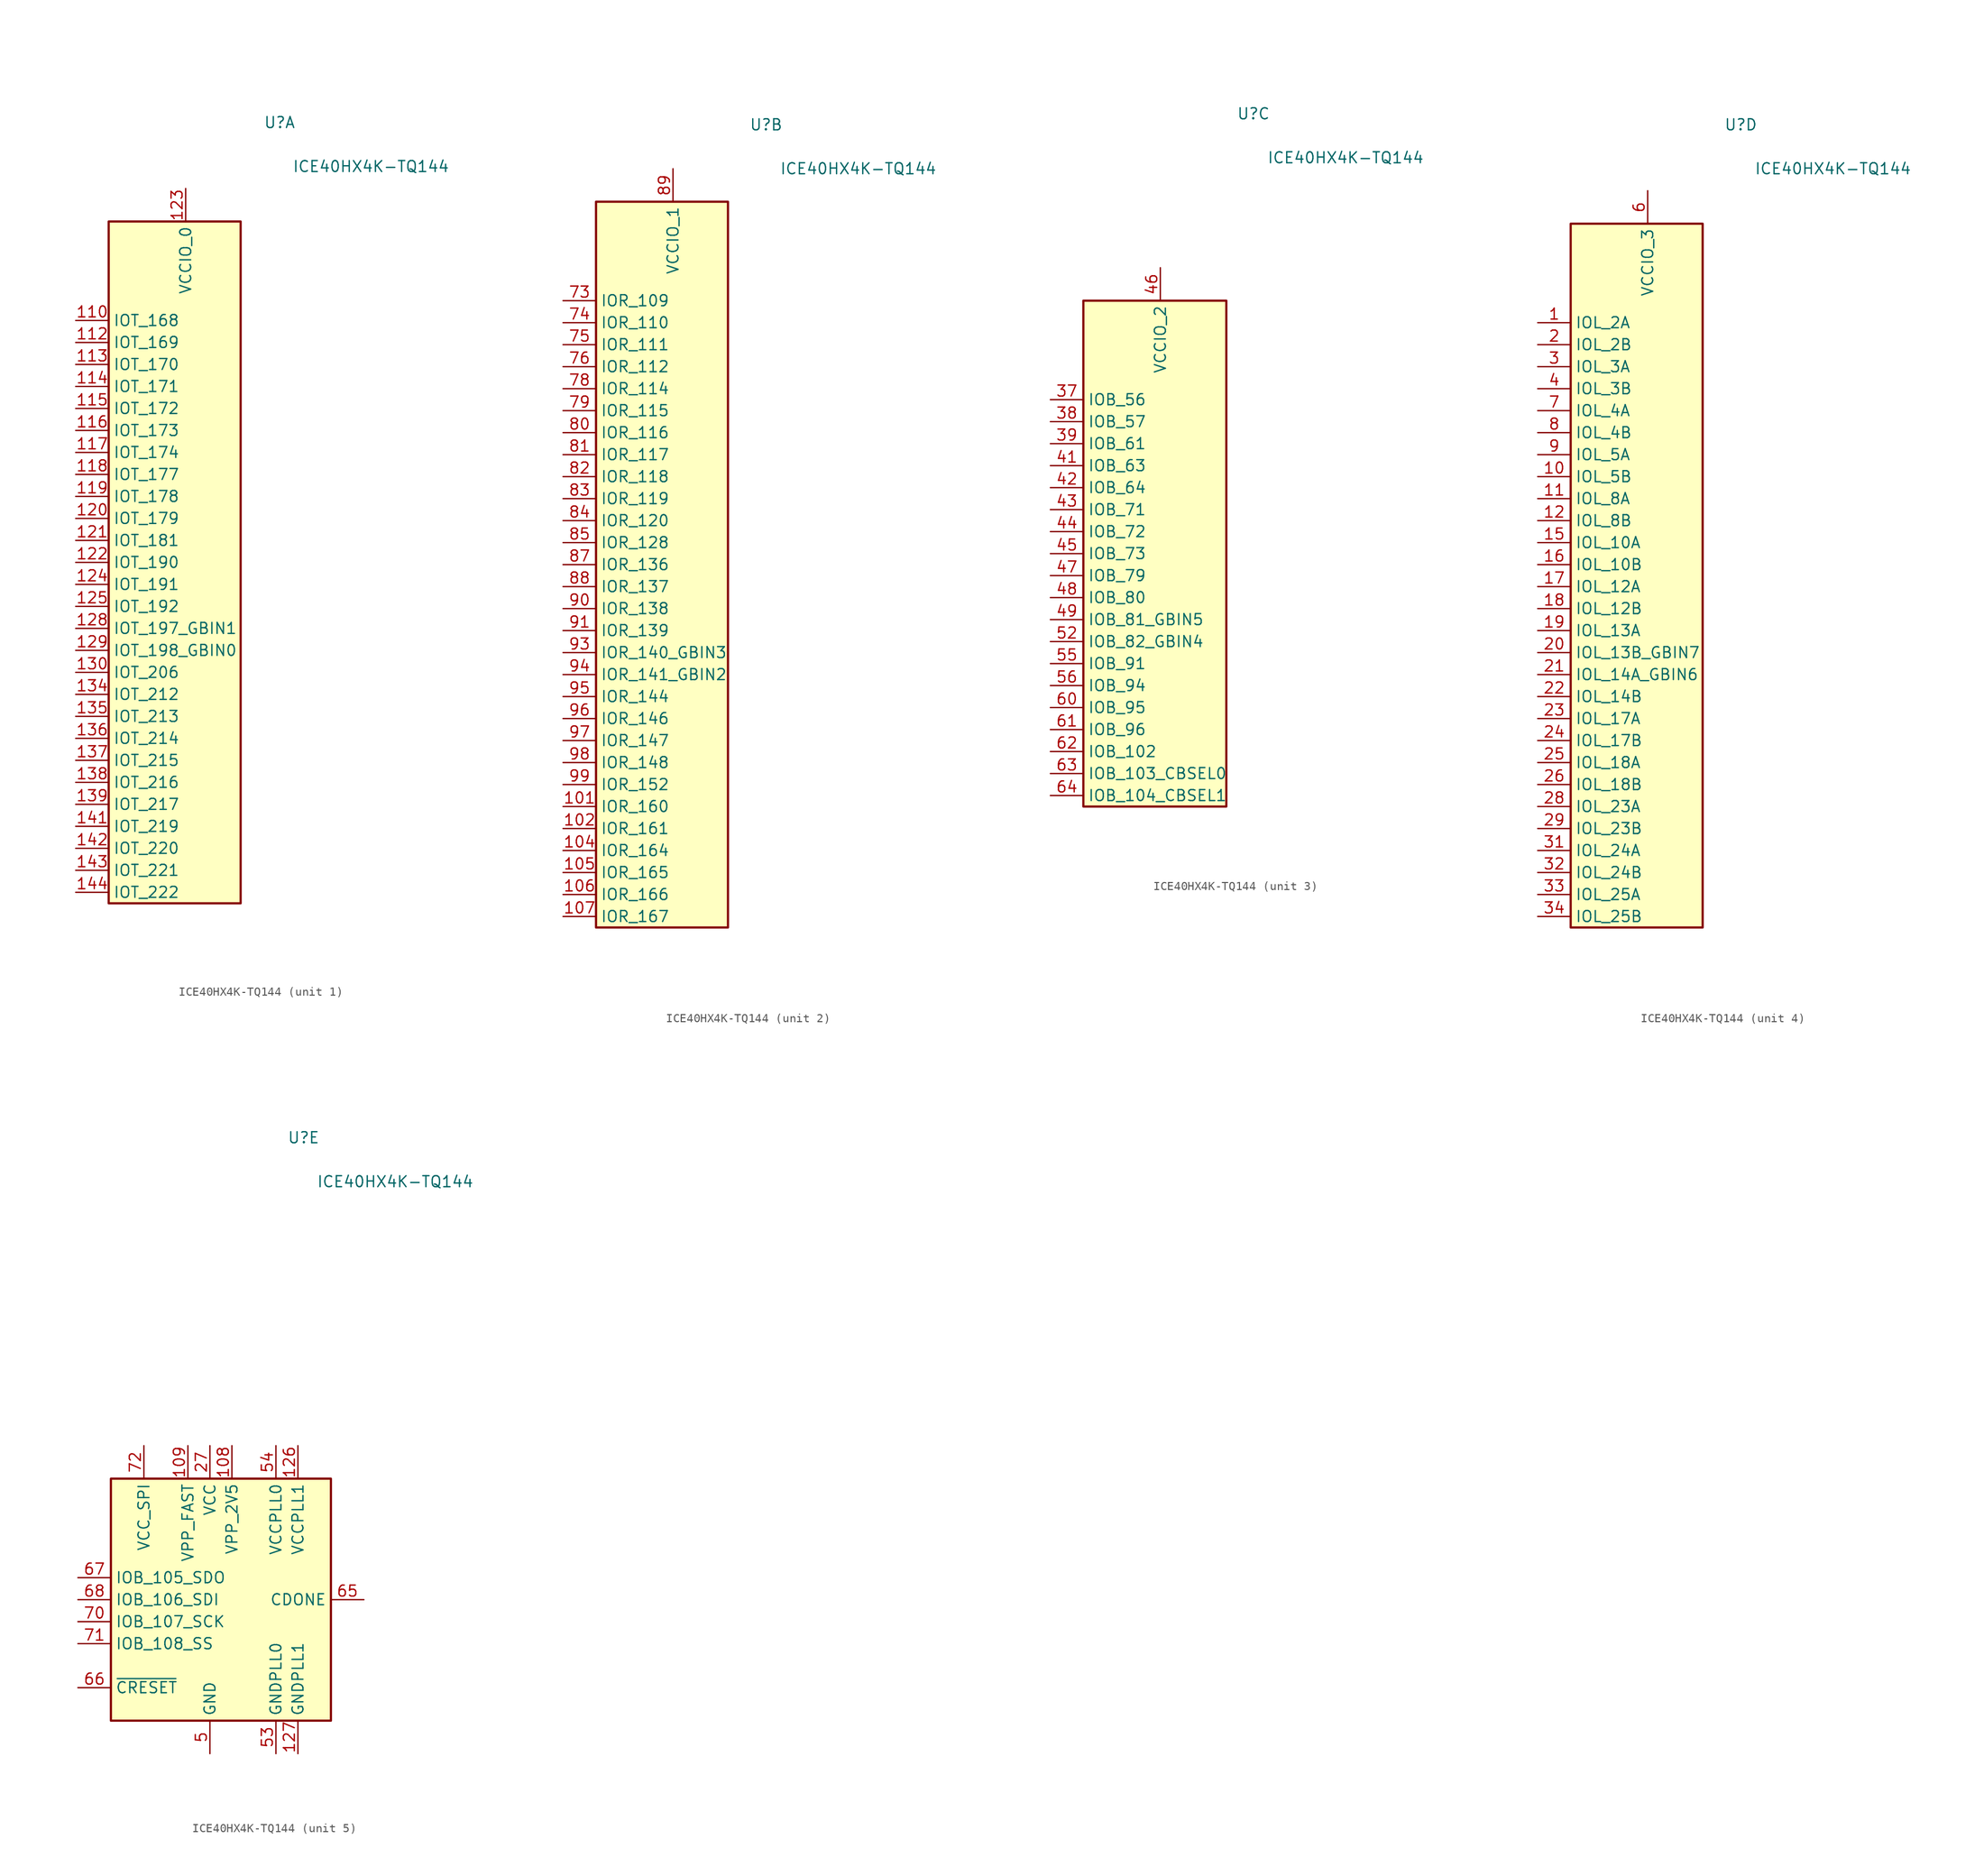
<source format=kicad_sym>
(kicad_symbol_lib
  (version 20201005)
  (generator kicad_symbol_editor)
  (symbol "ICE40HX4K-TQ144"
    (property "Reference" "U"
      (at 12.7 53.34 0)
      (effects (font (size 1.27 1.27)) (justify right)))
    (property "Value" "ICE40HX4K-TQ144"
      (at 30.48 48.26 0)
      (effects (font (size 1.27 1.27)) (justify right)))
    (property "ki_locked" ""
      (at 0 0 0)
      (effects (font (size 1.27 1.27))))
    (symbol "ICE40HX4K-TQ144_1_1"
      (rectangle (start -8.89 41.91) (end 6.35 -36.83) (stroke (width 0.254)) (fill (type background)))
      (pin bidirectional line (at -12.7 30.48 0) (length 3.81) (name "IOT_168" (effects (font (size 1.27 1.27)))) (number "110" (effects (font (size 1.27 1.27)))))
      (pin bidirectional line (at -12.7 27.94 0) (length 3.81) (name "IOT_169" (effects (font (size 1.27 1.27)))) (number "112" (effects (font (size 1.27 1.27)))))
      (pin bidirectional line (at -12.7 25.4 0) (length 3.81) (name "IOT_170" (effects (font (size 1.27 1.27)))) (number "113" (effects (font (size 1.27 1.27)))))
      (pin bidirectional line (at -12.7 22.86 0) (length 3.81) (name "IOT_171" (effects (font (size 1.27 1.27)))) (number "114" (effects (font (size 1.27 1.27)))))
      (pin bidirectional line (at -12.7 20.32 0) (length 3.81) (name "IOT_172" (effects (font (size 1.27 1.27)))) (number "115" (effects (font (size 1.27 1.27)))))
      (pin bidirectional line (at -12.7 17.78 0) (length 3.81) (name "IOT_173" (effects (font (size 1.27 1.27)))) (number "116" (effects (font (size 1.27 1.27)))))
      (pin bidirectional line (at -12.7 15.24 0) (length 3.81) (name "IOT_174" (effects (font (size 1.27 1.27)))) (number "117" (effects (font (size 1.27 1.27)))))
      (pin bidirectional line (at -12.7 12.7 0) (length 3.81) (name "IOT_177" (effects (font (size 1.27 1.27)))) (number "118" (effects (font (size 1.27 1.27)))))
      (pin bidirectional line (at -12.7 10.16 0) (length 3.81) (name "IOT_178" (effects (font (size 1.27 1.27)))) (number "119" (effects (font (size 1.27 1.27)))))
      (pin bidirectional line (at -12.7 7.62 0) (length 3.81) (name "IOT_179" (effects (font (size 1.27 1.27)))) (number "120" (effects (font (size 1.27 1.27)))))
      (pin bidirectional line (at -12.7 5.08 0) (length 3.81) (name "IOT_181" (effects (font (size 1.27 1.27)))) (number "121" (effects (font (size 1.27 1.27)))))
      (pin bidirectional line (at -12.7 2.54 0) (length 3.81) (name "IOT_190" (effects (font (size 1.27 1.27)))) (number "122" (effects (font (size 1.27 1.27)))))
      (pin power_in line (at 0 45.72 270) (length 3.81) (name "VCCIO_0" (effects (font (size 1.27 1.27)))) (number "123" (effects (font (size 1.27 1.27)))))
      (pin bidirectional line (at -12.7 0 0) (length 3.81) (name "IOT_191" (effects (font (size 1.27 1.27)))) (number "124" (effects (font (size 1.27 1.27)))))
      (pin bidirectional line (at -12.7 -2.54 0) (length 3.81) (name "IOT_192" (effects (font (size 1.27 1.27)))) (number "125" (effects (font (size 1.27 1.27)))))
      (pin bidirectional line (at -12.7 -5.08 0) (length 3.81) (name "IOT_197_GBIN1" (effects (font (size 1.27 1.27)))) (number "128" (effects (font (size 1.27 1.27)))))
      (pin bidirectional line (at -12.7 -7.62 0) (length 3.81) (name "IOT_198_GBIN0" (effects (font (size 1.27 1.27)))) (number "129" (effects (font (size 1.27 1.27)))))
      (pin bidirectional line (at -12.7 -10.16 0) (length 3.81) (name "IOT_206" (effects (font (size 1.27 1.27)))) (number "130" (effects (font (size 1.27 1.27)))))
      (pin passive line (at 0 45.72 270) (length 3.81) hide (name "VCCIO_0" (effects (font (size 1.27 1.27)))) (number "131" (effects (font (size 1.27 1.27)))))
      (pin bidirectional line (at -12.7 -12.7 0) (length 3.81) (name "IOT_212" (effects (font (size 1.27 1.27)))) (number "134" (effects (font (size 1.27 1.27)))))
      (pin bidirectional line (at -12.7 -15.24 0) (length 3.81) (name "IOT_213" (effects (font (size 1.27 1.27)))) (number "135" (effects (font (size 1.27 1.27)))))
      (pin bidirectional line (at -12.7 -17.78 0) (length 3.81) (name "IOT_214" (effects (font (size 1.27 1.27)))) (number "136" (effects (font (size 1.27 1.27)))))
      (pin bidirectional line (at -12.7 -20.32 0) (length 3.81) (name "IOT_215" (effects (font (size 1.27 1.27)))) (number "137" (effects (font (size 1.27 1.27)))))
      (pin bidirectional line (at -12.7 -22.86 0) (length 3.81) (name "IOT_216" (effects (font (size 1.27 1.27)))) (number "138" (effects (font (size 1.27 1.27)))))
      (pin bidirectional line (at -12.7 -25.4 0) (length 3.81) (name "IOT_217" (effects (font (size 1.27 1.27)))) (number "139" (effects (font (size 1.27 1.27)))))
      (pin bidirectional line (at -12.7 -27.94 0) (length 3.81) (name "IOT_219" (effects (font (size 1.27 1.27)))) (number "141" (effects (font (size 1.27 1.27)))))
      (pin bidirectional line (at -12.7 -30.48 0) (length 3.81) (name "IOT_220" (effects (font (size 1.27 1.27)))) (number "142" (effects (font (size 1.27 1.27)))))
      (pin bidirectional line (at -12.7 -33.02 0) (length 3.81) (name "IOT_221" (effects (font (size 1.27 1.27)))) (number "143" (effects (font (size 1.27 1.27)))))
      (pin bidirectional line (at -12.7 -35.56 0) (length 3.81) (name "IOT_222" (effects (font (size 1.27 1.27)))) (number "144" (effects (font (size 1.27 1.27))))))
    (symbol "ICE40HX4K-TQ144_2_1"
      (rectangle (start -8.89 44.45) (end 6.35 -39.37) (stroke (width 0.254)) (fill (type background)))
      (pin passive line (at 0 48.26 270) (length 3.81) hide (name "VCCIO_1" (effects (font (size 1.27 1.27)))) (number "100" (effects (font (size 1.27 1.27)))))
      (pin bidirectional line (at -12.7 -25.4 0) (length 3.81) (name "IOR_160" (effects (font (size 1.27 1.27)))) (number "101" (effects (font (size 1.27 1.27)))))
      (pin bidirectional line (at -12.7 -27.94 0) (length 3.81) (name "IOR_161" (effects (font (size 1.27 1.27)))) (number "102" (effects (font (size 1.27 1.27)))))
      (pin bidirectional line (at -12.7 -30.48 0) (length 3.81) (name "IOR_164" (effects (font (size 1.27 1.27)))) (number "104" (effects (font (size 1.27 1.27)))))
      (pin bidirectional line (at -12.7 -33.02 0) (length 3.81) (name "IOR_165" (effects (font (size 1.27 1.27)))) (number "105" (effects (font (size 1.27 1.27)))))
      (pin bidirectional line (at -12.7 -35.56 0) (length 3.81) (name "IOR_166" (effects (font (size 1.27 1.27)))) (number "106" (effects (font (size 1.27 1.27)))))
      (pin bidirectional line (at -12.7 -38.1 0) (length 3.81) (name "IOR_167" (effects (font (size 1.27 1.27)))) (number "107" (effects (font (size 1.27 1.27)))))
      (pin bidirectional line (at -12.7 33.02 0) (length 3.81) (name "IOR_109" (effects (font (size 1.27 1.27)))) (number "73" (effects (font (size 1.27 1.27)))))
      (pin bidirectional line (at -12.7 30.48 0) (length 3.81) (name "IOR_110" (effects (font (size 1.27 1.27)))) (number "74" (effects (font (size 1.27 1.27)))))
      (pin bidirectional line (at -12.7 27.94 0) (length 3.81) (name "IOR_111" (effects (font (size 1.27 1.27)))) (number "75" (effects (font (size 1.27 1.27)))))
      (pin bidirectional line (at -12.7 25.4 0) (length 3.81) (name "IOR_112" (effects (font (size 1.27 1.27)))) (number "76" (effects (font (size 1.27 1.27)))))
      (pin bidirectional line (at -12.7 22.86 0) (length 3.81) (name "IOR_114" (effects (font (size 1.27 1.27)))) (number "78" (effects (font (size 1.27 1.27)))))
      (pin bidirectional line (at -12.7 20.32 0) (length 3.81) (name "IOR_115" (effects (font (size 1.27 1.27)))) (number "79" (effects (font (size 1.27 1.27)))))
      (pin bidirectional line (at -12.7 17.78 0) (length 3.81) (name "IOR_116" (effects (font (size 1.27 1.27)))) (number "80" (effects (font (size 1.27 1.27)))))
      (pin bidirectional line (at -12.7 15.24 0) (length 3.81) (name "IOR_117" (effects (font (size 1.27 1.27)))) (number "81" (effects (font (size 1.27 1.27)))))
      (pin bidirectional line (at -12.7 12.7 0) (length 3.81) (name "IOR_118" (effects (font (size 1.27 1.27)))) (number "82" (effects (font (size 1.27 1.27)))))
      (pin bidirectional line (at -12.7 10.16 0) (length 3.81) (name "IOR_119" (effects (font (size 1.27 1.27)))) (number "83" (effects (font (size 1.27 1.27)))))
      (pin bidirectional line (at -12.7 7.62 0) (length 3.81) (name "IOR_120" (effects (font (size 1.27 1.27)))) (number "84" (effects (font (size 1.27 1.27)))))
      (pin bidirectional line (at -12.7 5.08 0) (length 3.81) (name "IOR_128" (effects (font (size 1.27 1.27)))) (number "85" (effects (font (size 1.27 1.27)))))
      (pin bidirectional line (at -12.7 2.54 0) (length 3.81) (name "IOR_136" (effects (font (size 1.27 1.27)))) (number "87" (effects (font (size 1.27 1.27)))))
      (pin bidirectional line (at -12.7 0 0) (length 3.81) (name "IOR_137" (effects (font (size 1.27 1.27)))) (number "88" (effects (font (size 1.27 1.27)))))
      (pin power_in line (at 0 48.26 270) (length 3.81) (name "VCCIO_1" (effects (font (size 1.27 1.27)))) (number "89" (effects (font (size 1.27 1.27)))))
      (pin bidirectional line (at -12.7 -2.54 0) (length 3.81) (name "IOR_138" (effects (font (size 1.27 1.27)))) (number "90" (effects (font (size 1.27 1.27)))))
      (pin bidirectional line (at -12.7 -5.08 0) (length 3.81) (name "IOR_139" (effects (font (size 1.27 1.27)))) (number "91" (effects (font (size 1.27 1.27)))))
      (pin bidirectional line (at -12.7 -7.62 0) (length 3.81) (name "IOR_140_GBIN3" (effects (font (size 1.27 1.27)))) (number "93" (effects (font (size 1.27 1.27)))))
      (pin bidirectional line (at -12.7 -10.16 0) (length 3.81) (name "IOR_141_GBIN2" (effects (font (size 1.27 1.27)))) (number "94" (effects (font (size 1.27 1.27)))))
      (pin bidirectional line (at -12.7 -12.7 0) (length 3.81) (name "IOR_144" (effects (font (size 1.27 1.27)))) (number "95" (effects (font (size 1.27 1.27)))))
      (pin bidirectional line (at -12.7 -15.24 0) (length 3.81) (name "IOR_146" (effects (font (size 1.27 1.27)))) (number "96" (effects (font (size 1.27 1.27)))))
      (pin bidirectional line (at -12.7 -17.78 0) (length 3.81) (name "IOR_147" (effects (font (size 1.27 1.27)))) (number "97" (effects (font (size 1.27 1.27)))))
      (pin bidirectional line (at -12.7 -20.32 0) (length 3.81) (name "IOR_148" (effects (font (size 1.27 1.27)))) (number "98" (effects (font (size 1.27 1.27)))))
      (pin bidirectional line (at -12.7 -22.86 0) (length 3.81) (name "IOR_152" (effects (font (size 1.27 1.27)))) (number "99" (effects (font (size 1.27 1.27))))))
    (symbol "ICE40HX4K-TQ144_3_1"
      (rectangle (start -8.89 31.75) (end 7.62 -26.67) (stroke (width 0.254)) (fill (type background)))
      (pin bidirectional line (at -12.7 20.32 0) (length 3.81) (name "IOB_56" (effects (font (size 1.27 1.27)))) (number "37" (effects (font (size 1.27 1.27)))))
      (pin bidirectional line (at -12.7 17.78 0) (length 3.81) (name "IOB_57" (effects (font (size 1.27 1.27)))) (number "38" (effects (font (size 1.27 1.27)))))
      (pin bidirectional line (at -12.7 15.24 0) (length 3.81) (name "IOB_61" (effects (font (size 1.27 1.27)))) (number "39" (effects (font (size 1.27 1.27)))))
      (pin bidirectional line (at -12.7 12.7 0) (length 3.81) (name "IOB_63" (effects (font (size 1.27 1.27)))) (number "41" (effects (font (size 1.27 1.27)))))
      (pin bidirectional line (at -12.7 10.16 0) (length 3.81) (name "IOB_64" (effects (font (size 1.27 1.27)))) (number "42" (effects (font (size 1.27 1.27)))))
      (pin bidirectional line (at -12.7 7.62 0) (length 3.81) (name "IOB_71" (effects (font (size 1.27 1.27)))) (number "43" (effects (font (size 1.27 1.27)))))
      (pin bidirectional line (at -12.7 5.08 0) (length 3.81) (name "IOB_72" (effects (font (size 1.27 1.27)))) (number "44" (effects (font (size 1.27 1.27)))))
      (pin bidirectional line (at -12.7 2.54 0) (length 3.81) (name "IOB_73" (effects (font (size 1.27 1.27)))) (number "45" (effects (font (size 1.27 1.27)))))
      (pin power_in line (at 0 35.56 270) (length 3.81) (name "VCCIO_2" (effects (font (size 1.27 1.27)))) (number "46" (effects (font (size 1.27 1.27)))))
      (pin bidirectional line (at -12.7 0 0) (length 3.81) (name "IOB_79" (effects (font (size 1.27 1.27)))) (number "47" (effects (font (size 1.27 1.27)))))
      (pin bidirectional line (at -12.7 -2.54 0) (length 3.81) (name "IOB_80" (effects (font (size 1.27 1.27)))) (number "48" (effects (font (size 1.27 1.27)))))
      (pin bidirectional line (at -12.7 -5.08 0) (length 3.81) (name "IOB_81_GBIN5" (effects (font (size 1.27 1.27)))) (number "49" (effects (font (size 1.27 1.27)))))
      (pin bidirectional line (at -12.7 -7.62 0) (length 3.81) (name "IOB_82_GBIN4" (effects (font (size 1.27 1.27)))) (number "52" (effects (font (size 1.27 1.27)))))
      (pin bidirectional line (at -12.7 -10.16 0) (length 3.81) (name "IOB_91" (effects (font (size 1.27 1.27)))) (number "55" (effects (font (size 1.27 1.27)))))
      (pin bidirectional line (at -12.7 -12.7 0) (length 3.81) (name "IOB_94" (effects (font (size 1.27 1.27)))) (number "56" (effects (font (size 1.27 1.27)))))
      (pin passive line (at 0 35.56 270) (length 3.81) hide (name "VCCIO_2" (effects (font (size 1.27 1.27)))) (number "57" (effects (font (size 1.27 1.27)))))
      (pin bidirectional line (at -12.7 -15.24 0) (length 3.81) (name "IOB_95" (effects (font (size 1.27 1.27)))) (number "60" (effects (font (size 1.27 1.27)))))
      (pin bidirectional line (at -12.7 -17.78 0) (length 3.81) (name "IOB_96" (effects (font (size 1.27 1.27)))) (number "61" (effects (font (size 1.27 1.27)))))
      (pin bidirectional line (at -12.7 -20.32 0) (length 3.81) (name "IOB_102" (effects (font (size 1.27 1.27)))) (number "62" (effects (font (size 1.27 1.27)))))
      (pin bidirectional line (at -12.7 -22.86 0) (length 3.81) (name "IOB_103_CBSEL0" (effects (font (size 1.27 1.27)))) (number "63" (effects (font (size 1.27 1.27)))))
      (pin bidirectional line (at -12.7 -25.4 0) (length 3.81) (name "IOB_104_CBSEL1" (effects (font (size 1.27 1.27)))) (number "64" (effects (font (size 1.27 1.27))))))
    (symbol "ICE40HX4K-TQ144_4_1"
      (rectangle (start -8.89 41.91) (end 6.35 -39.37) (stroke (width 0.254)) (fill (type background)))
      (pin bidirectional line (at -12.7 30.48 0) (length 3.81) (name "IOL_2A" (effects (font (size 1.27 1.27)))) (number "1" (effects (font (size 1.27 1.27)))))
      (pin bidirectional line (at -12.7 12.7 0) (length 3.81) (name "IOL_5B" (effects (font (size 1.27 1.27)))) (number "10" (effects (font (size 1.27 1.27)))))
      (pin bidirectional line (at -12.7 10.16 0) (length 3.81) (name "IOL_8A" (effects (font (size 1.27 1.27)))) (number "11" (effects (font (size 1.27 1.27)))))
      (pin bidirectional line (at -12.7 7.62 0) (length 3.81) (name "IOL_8B" (effects (font (size 1.27 1.27)))) (number "12" (effects (font (size 1.27 1.27)))))
      (pin bidirectional line (at -12.7 5.08 0) (length 3.81) (name "IOL_10A" (effects (font (size 1.27 1.27)))) (number "15" (effects (font (size 1.27 1.27)))))
      (pin bidirectional line (at -12.7 2.54 0) (length 3.81) (name "IOL_10B" (effects (font (size 1.27 1.27)))) (number "16" (effects (font (size 1.27 1.27)))))
      (pin bidirectional line (at -12.7 0 0) (length 3.81) (name "IOL_12A" (effects (font (size 1.27 1.27)))) (number "17" (effects (font (size 1.27 1.27)))))
      (pin bidirectional line (at -12.7 -2.54 0) (length 3.81) (name "IOL_12B" (effects (font (size 1.27 1.27)))) (number "18" (effects (font (size 1.27 1.27)))))
      (pin bidirectional line (at -12.7 -5.08 0) (length 3.81) (name "IOL_13A" (effects (font (size 1.27 1.27)))) (number "19" (effects (font (size 1.27 1.27)))))
      (pin bidirectional line (at -12.7 27.94 0) (length 3.81) (name "IOL_2B" (effects (font (size 1.27 1.27)))) (number "2" (effects (font (size 1.27 1.27)))))
      (pin bidirectional line (at -12.7 -7.62 0) (length 3.81) (name "IOL_13B_GBIN7" (effects (font (size 1.27 1.27)))) (number "20" (effects (font (size 1.27 1.27)))))
      (pin bidirectional line (at -12.7 -10.16 0) (length 3.81) (name "IOL_14A_GBIN6" (effects (font (size 1.27 1.27)))) (number "21" (effects (font (size 1.27 1.27)))))
      (pin bidirectional line (at -12.7 -12.7 0) (length 3.81) (name "IOL_14B" (effects (font (size 1.27 1.27)))) (number "22" (effects (font (size 1.27 1.27)))))
      (pin bidirectional line (at -12.7 -15.24 0) (length 3.81) (name "IOL_17A" (effects (font (size 1.27 1.27)))) (number "23" (effects (font (size 1.27 1.27)))))
      (pin bidirectional line (at -12.7 -17.78 0) (length 3.81) (name "IOL_17B" (effects (font (size 1.27 1.27)))) (number "24" (effects (font (size 1.27 1.27)))))
      (pin bidirectional line (at -12.7 -20.32 0) (length 3.81) (name "IOL_18A" (effects (font (size 1.27 1.27)))) (number "25" (effects (font (size 1.27 1.27)))))
      (pin bidirectional line (at -12.7 -22.86 0) (length 3.81) (name "IOL_18B" (effects (font (size 1.27 1.27)))) (number "26" (effects (font (size 1.27 1.27)))))
      (pin bidirectional line (at -12.7 -25.4 0) (length 3.81) (name "IOL_23A" (effects (font (size 1.27 1.27)))) (number "28" (effects (font (size 1.27 1.27)))))
      (pin bidirectional line (at -12.7 -27.94 0) (length 3.81) (name "IOL_23B" (effects (font (size 1.27 1.27)))) (number "29" (effects (font (size 1.27 1.27)))))
      (pin bidirectional line (at -12.7 25.4 0) (length 3.81) (name "IOL_3A" (effects (font (size 1.27 1.27)))) (number "3" (effects (font (size 1.27 1.27)))))
      (pin passive line (at 0 45.72 270) (length 3.81) hide (name "VCCIO_3" (effects (font (size 1.27 1.27)))) (number "30" (effects (font (size 1.27 1.27)))))
      (pin bidirectional line (at -12.7 -30.48 0) (length 3.81) (name "IOL_24A" (effects (font (size 1.27 1.27)))) (number "31" (effects (font (size 1.27 1.27)))))
      (pin bidirectional line (at -12.7 -33.02 0) (length 3.81) (name "IOL_24B" (effects (font (size 1.27 1.27)))) (number "32" (effects (font (size 1.27 1.27)))))
      (pin bidirectional line (at -12.7 -35.56 0) (length 3.81) (name "IOL_25A" (effects (font (size 1.27 1.27)))) (number "33" (effects (font (size 1.27 1.27)))))
      (pin bidirectional line (at -12.7 -38.1 0) (length 3.81) (name "IOL_25B" (effects (font (size 1.27 1.27)))) (number "34" (effects (font (size 1.27 1.27)))))
      (pin bidirectional line (at -12.7 22.86 0) (length 3.81) (name "IOL_3B" (effects (font (size 1.27 1.27)))) (number "4" (effects (font (size 1.27 1.27)))))
      (pin power_in line (at 0 45.72 270) (length 3.81) (name "VCCIO_3" (effects (font (size 1.27 1.27)))) (number "6" (effects (font (size 1.27 1.27)))))
      (pin bidirectional line (at -12.7 20.32 0) (length 3.81) (name "IOL_4A" (effects (font (size 1.27 1.27)))) (number "7" (effects (font (size 1.27 1.27)))))
      (pin bidirectional line (at -12.7 17.78 0) (length 3.81) (name "IOL_4B" (effects (font (size 1.27 1.27)))) (number "8" (effects (font (size 1.27 1.27)))))
      (pin bidirectional line (at -12.7 15.24 0) (length 3.81) (name "IOL_5A" (effects (font (size 1.27 1.27)))) (number "9" (effects (font (size 1.27 1.27))))))
    (symbol "ICE40HX4K-TQ144_5_1"
      (rectangle (start -11.43 13.97) (end 13.97 -13.97) (stroke (width 0.254)) (fill (type background)))
      (pin passive line (at 0 -17.78 90) (length 3.81) hide (name "GND" (effects (font (size 1.27 1.27)))) (number "103" (effects (font (size 1.27 1.27)))))
      (pin power_in line (at 2.54 17.78 270) (length 3.81) (name "VPP_2V5" (effects (font (size 1.27 1.27)))) (number "108" (effects (font (size 1.27 1.27)))))
      (pin power_in line (at -2.54 17.78 270) (length 3.81) (name "VPP_FAST" (effects (font (size 1.27 1.27)))) (number "109" (effects (font (size 1.27 1.27)))))
      (pin passive line (at 0 17.78 270) (length 3.81) hide (name "VCC" (effects (font (size 1.27 1.27)))) (number "111" (effects (font (size 1.27 1.27)))))
      (pin power_in line (at 10.16 17.78 270) (length 3.81) (name "VCCPLL1" (effects (font (size 1.27 1.27)))) (number "126" (effects (font (size 1.27 1.27)))))
      (pin power_in line (at 10.16 -17.78 90) (length 3.81) (name "GNDPLL1" (effects (font (size 1.27 1.27)))) (number "127" (effects (font (size 1.27 1.27)))))
      (pin passive line (at 0 -17.78 90) (length 3.81) hide (name "GND" (effects (font (size 1.27 1.27)))) (number "13" (effects (font (size 1.27 1.27)))))
      (pin passive line (at 0 -17.78 90) (length 3.81) hide (name "GND" (effects (font (size 1.27 1.27)))) (number "132" (effects (font (size 1.27 1.27)))))
      (pin no_connect line (at 12.7 -10.16 180) (length 3.81) hide (name "NC" (effects (font (size 1.27 1.27)))) (number "133" (effects (font (size 1.27 1.27)))))
      (pin passive line (at 0 -17.78 90) (length 3.81) hide (name "GND" (effects (font (size 1.27 1.27)))) (number "14" (effects (font (size 1.27 1.27)))))
      (pin passive line (at 0 -17.78 90) (length 3.81) hide (name "GND" (effects (font (size 1.27 1.27)))) (number "140" (effects (font (size 1.27 1.27)))))
      (pin power_in line (at 0 17.78 270) (length 3.81) (name "VCC" (effects (font (size 1.27 1.27)))) (number "27" (effects (font (size 1.27 1.27)))))
      (pin no_connect line (at 12.7 5.08 180) (length 3.81) hide (name "NC" (effects (font (size 1.27 1.27)))) (number "35" (effects (font (size 1.27 1.27)))))
      (pin no_connect line (at 12.7 2.54 180) (length 3.81) hide (name "NC" (effects (font (size 1.27 1.27)))) (number "36" (effects (font (size 1.27 1.27)))))
      (pin passive line (at 0 17.78 270) (length 3.81) hide (name "VCC" (effects (font (size 1.27 1.27)))) (number "40" (effects (font (size 1.27 1.27)))))
      (pin power_in line (at 0 -17.78 90) (length 3.81) (name "GND" (effects (font (size 1.27 1.27)))) (number "5" (effects (font (size 1.27 1.27)))))
      (pin no_connect line (at 12.7 -2.54 180) (length 3.81) hide (name "NC" (effects (font (size 1.27 1.27)))) (number "50" (effects (font (size 1.27 1.27)))))
      (pin no_connect line (at 12.7 -5.08 180) (length 3.81) hide (name "NC" (effects (font (size 1.27 1.27)))) (number "51" (effects (font (size 1.27 1.27)))))
      (pin power_in line (at 7.62 -17.78 90) (length 3.81) (name "GNDPLL0" (effects (font (size 1.27 1.27)))) (number "53" (effects (font (size 1.27 1.27)))))
      (pin power_in line (at 7.62 17.78 270) (length 3.81) (name "VCCPLL0" (effects (font (size 1.27 1.27)))) (number "54" (effects (font (size 1.27 1.27)))))
      (pin no_connect line (at 12.7 -7.62 180) (length 3.81) hide (name "NC" (effects (font (size 1.27 1.27)))) (number "58" (effects (font (size 1.27 1.27)))))
      (pin passive line (at 0 -17.78 90) (length 3.81) hide (name "GND" (effects (font (size 1.27 1.27)))) (number "59" (effects (font (size 1.27 1.27)))))
      (pin open_collector line (at 17.78 0 180) (length 3.81) (name "CDONE" (effects (font (size 1.27 1.27)))) (number "65" (effects (font (size 1.27 1.27)))))
      (pin input line (at -15.24 -10.16 0) (length 3.81) (name "~CRESET" (effects (font (size 1.27 1.27)))) (number "66" (effects (font (size 1.27 1.27)))))
      (pin bidirectional line (at -15.24 2.54 0) (length 3.81) (name "IOB_105_SDO" (effects (font (size 1.27 1.27)))) (number "67" (effects (font (size 1.27 1.27)))))
      (pin bidirectional line (at -15.24 0 0) (length 3.81) (name "IOB_106_SDI" (effects (font (size 1.27 1.27)))) (number "68" (effects (font (size 1.27 1.27)))))
      (pin passive line (at 0 -17.78 90) (length 3.81) hide (name "GND" (effects (font (size 1.27 1.27)))) (number "69" (effects (font (size 1.27 1.27)))))
      (pin bidirectional line (at -15.24 -2.54 0) (length 3.81) (name "IOB_107_SCK" (effects (font (size 1.27 1.27)))) (number "70" (effects (font (size 1.27 1.27)))))
      (pin bidirectional line (at -15.24 -5.08 0) (length 3.81) (name "IOB_108_SS" (effects (font (size 1.27 1.27)))) (number "71" (effects (font (size 1.27 1.27)))))
      (pin power_in line (at -7.62 17.78 270) (length 3.81) (name "VCC_SPI" (effects (font (size 1.27 1.27)))) (number "72" (effects (font (size 1.27 1.27)))))
      (pin no_connect line (at 12.7 7.62 180) (length 3.81) hide (name "NC" (effects (font (size 1.27 1.27)))) (number "77" (effects (font (size 1.27 1.27)))))
      (pin passive line (at 0 -17.78 90) (length 3.81) hide (name "GND" (effects (font (size 1.27 1.27)))) (number "86" (effects (font (size 1.27 1.27)))))
      (pin passive line (at 0 17.78 270) (length 3.81) hide (name "VCC" (effects (font (size 1.27 1.27)))) (number "92" (effects (font (size 1.27 1.27))))))))
</source>
